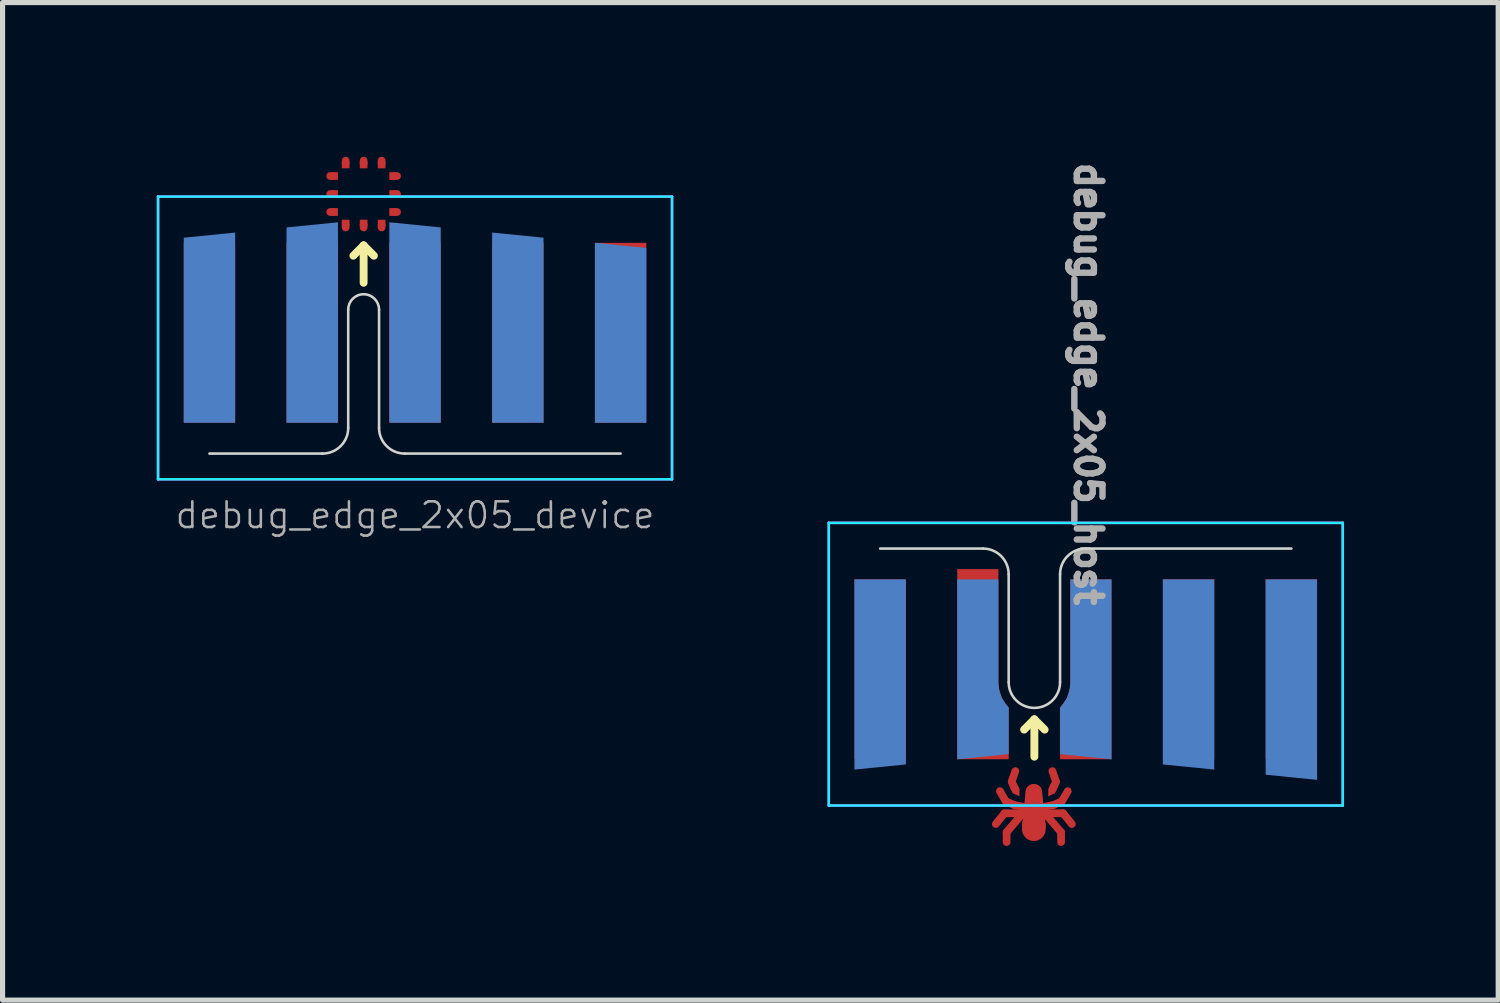
<source format=kicad_pcb>
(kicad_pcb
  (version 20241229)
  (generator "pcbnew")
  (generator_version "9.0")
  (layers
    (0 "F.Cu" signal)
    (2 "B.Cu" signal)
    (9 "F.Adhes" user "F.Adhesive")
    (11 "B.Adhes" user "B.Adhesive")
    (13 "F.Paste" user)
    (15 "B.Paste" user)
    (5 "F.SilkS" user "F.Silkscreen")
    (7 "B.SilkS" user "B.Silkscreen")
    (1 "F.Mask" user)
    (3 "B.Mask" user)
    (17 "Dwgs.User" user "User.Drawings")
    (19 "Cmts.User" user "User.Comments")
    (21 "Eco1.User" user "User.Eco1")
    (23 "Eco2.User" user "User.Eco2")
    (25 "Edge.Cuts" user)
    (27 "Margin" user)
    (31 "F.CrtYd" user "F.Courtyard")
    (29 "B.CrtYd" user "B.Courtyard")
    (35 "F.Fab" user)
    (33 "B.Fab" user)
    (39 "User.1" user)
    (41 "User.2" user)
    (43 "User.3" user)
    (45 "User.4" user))
  (footprint "debug_edge_2x05_host"
    (layer "F.Cu")
    (at 18.075 7.623)
    (property "Reference" "debug_edge_2x05_host" (at 0.05 -3.2 270) (unlocked yes) (layer "F.Fab") (effects (font (size 0.5 0.5) (thickness 0.125))))
    (attr exclude_from_pos_files exclude_from_bom)
    (fp_line (start -1.75 5.36) (end -1.58 5.15) (stroke (width 0.15) (type solid)) (layer "F.Cu"))
    (fp_line (start -1.67 4.72) (end -1.56 4.91) (stroke (width 0.15) (type solid)) (layer "F.Cu"))
    (fp_line (start -1.54 5.71) (end -1.54 5.52) (stroke (width 0.15) (type solid)) (layer "F.Cu"))
    (fp_line (start -1.44 4.54) (end -1.38 4.67) (stroke (width 0.15) (type solid)) (layer "F.Cu"))
    (fp_line (start -1.39 4.99) (end -1.55 4.92) (stroke (width 0.15) (type solid)) (layer "F.Cu"))
    (fp_line (start -1.39 4.99) (end -1.13 5.04) (stroke (width 0.15) (type solid)) (layer "F.Cu"))
    (fp_line (start -1.37 4.33) (end -1.44 4.53) (stroke (width 0.15) (type solid)) (layer "F.Cu"))
    (fp_line (start -1.26 5.19) (end -1.54 5.52) (stroke (width 0.15) (type solid)) (layer "F.Cu"))
    (fp_line (start -1.21 5.15) (end -1.58 5.15) (stroke (width 0.15) (type solid)) (layer "F.Cu"))
    (fp_line (start -1.09 5.4) (end -1.02 4.74) (stroke (width 0.3) (type solid)) (layer "F.Cu"))
    (fp_line (start -1.01 5.46) (end -1.01 5.39) (stroke (width 0.46) (type solid)) (layer "F.Cu"))
    (fp_line (start -1.01 5.51) (end -1.01 4.74) (stroke (width 0.32) (type solid)) (layer "F.Cu"))
    (fp_line (start -0.93 5.4) (end -1 4.74) (stroke (width 0.3) (type solid)) (layer "F.Cu"))
    (fp_line (start -0.81 5.15) (end -0.44 5.15) (stroke (width 0.15) (type solid)) (layer "F.Cu"))
    (fp_line (start -0.76 5.19) (end -0.48 5.52) (stroke (width 0.15) (type solid)) (layer "F.Cu"))
    (fp_line (start -0.65 4.33) (end -0.58 4.53) (stroke (width 0.15) (type solid)) (layer "F.Cu"))
    (fp_line (start -0.63 4.99) (end -0.89 5.04) (stroke (width 0.15) (type solid)) (layer "F.Cu"))
    (fp_line (start -0.63 4.99) (end -0.47 4.92) (stroke (width 0.15) (type solid)) (layer "F.Cu"))
    (fp_line (start -0.58 4.54) (end -0.64 4.67) (stroke (width 0.15) (type solid)) (layer "F.Cu"))
    (fp_line (start -0.48 5.71) (end -0.48 5.52) (stroke (width 0.15) (type solid)) (layer "F.Cu"))
    (fp_line (start -0.35 4.72) (end -0.46 4.91) (stroke (width 0.15) (type solid)) (layer "F.Cu"))
    (fp_line (start -0.27 5.36) (end -0.44 5.15) (stroke (width 0.15) (type solid)) (layer "F.Cu"))
    (fp_poly (pts (xy -1.35 4.56) (xy -1.29 4.68) (xy -1.29 4.82) (xy -1.42 4.76) (xy -1.49 4.61) (xy -1.4 4.64)) (stroke (width 0.001) (type solid)) (fill yes) (layer "F.Cu"))
    (fp_poly (pts (xy -0.67 4.56) (xy -0.73 4.68) (xy -0.73 4.82) (xy -0.6 4.76) (xy -0.53 4.61) (xy -0.62 4.64)) (stroke (width 0.001) (type solid)) (fill yes) (layer "F.Cu"))
    (fp_line (start -1.75 5.36) (end -1.58 5.15) (stroke (width 0.15) (type solid)) (layer "F.Mask"))
    (fp_line (start -1.67 4.72) (end -1.56 4.91) (stroke (width 0.15) (type solid)) (layer "F.Mask"))
    (fp_line (start -1.54 5.71) (end -1.54 5.52) (stroke (width 0.15) (type solid)) (layer "F.Mask"))
    (fp_line (start -1.44 4.54) (end -1.38 4.67) (stroke (width 0.15) (type solid)) (layer "F.Mask"))
    (fp_line (start -1.39 4.99) (end -1.55 4.92) (stroke (width 0.15) (type solid)) (layer "F.Mask"))
    (fp_line (start -1.39 4.99) (end -1.13 5.04) (stroke (width 0.15) (type solid)) (layer "F.Mask"))
    (fp_line (start -1.37 4.33) (end -1.44 4.53) (stroke (width 0.15) (type solid)) (layer "F.Mask"))
    (fp_line (start -1.26 5.19) (end -1.54 5.52) (stroke (width 0.15) (type solid)) (layer "F.Mask"))
    (fp_line (start -1.21 5.15) (end -1.58 5.15) (stroke (width 0.15) (type solid)) (layer "F.Mask"))
    (fp_line (start -1.09 5.4) (end -1.02 4.74) (stroke (width 0.3) (type solid)) (layer "F.Mask"))
    (fp_line (start -1.01 5.46) (end -1.01 5.39) (stroke (width 0.46) (type solid)) (layer "F.Mask"))
    (fp_line (start -1.01 5.51) (end -1.01 4.74) (stroke (width 0.32) (type solid)) (layer "F.Mask"))
    (fp_line (start -0.93 5.4) (end -1 4.74) (stroke (width 0.3) (type solid)) (layer "F.Mask"))
    (fp_line (start -0.81 5.15) (end -0.44 5.15) (stroke (width 0.15) (type solid)) (layer "F.Mask"))
    (fp_line (start -0.76 5.19) (end -0.48 5.52) (stroke (width 0.15) (type solid)) (layer "F.Mask"))
    (fp_line (start -0.65 4.33) (end -0.58 4.53) (stroke (width 0.15) (type solid)) (layer "F.Mask"))
    (fp_line (start -0.63 4.99) (end -0.89 5.04) (stroke (width 0.15) (type solid)) (layer "F.Mask"))
    (fp_line (start -0.63 4.99) (end -0.47 4.92) (stroke (width 0.15) (type solid)) (layer "F.Mask"))
    (fp_line (start -0.58 4.54) (end -0.64 4.67) (stroke (width 0.15) (type solid)) (layer "F.Mask"))
    (fp_line (start -0.48 5.71) (end -0.48 5.52) (stroke (width 0.15) (type solid)) (layer "F.Mask"))
    (fp_line (start -0.35 4.72) (end -0.46 4.91) (stroke (width 0.15) (type solid)) (layer "F.Mask"))
    (fp_line (start -0.27 5.36) (end -0.44 5.15) (stroke (width 0.15) (type solid)) (layer "F.Mask"))
    (fp_poly (pts (xy -1.35 4.56) (xy -1.29 4.68) (xy -1.29 4.82) (xy -1.42 4.76) (xy -1.49 4.61) (xy -1.4 4.64)) (stroke (width 0.001) (type solid)) (fill yes) (layer "F.Mask"))
    (fp_poly (pts (xy -0.67 4.56) (xy -0.73 4.68) (xy -0.73 4.82) (xy -0.6 4.76) (xy -0.53 4.61) (xy -0.62 4.64)) (stroke (width 0.001) (type solid)) (fill yes) (layer "F.Mask"))
    (fp_line (start -1 3.323) (end -1.2 3.523) (stroke (width 0.153) (type solid)) (layer "F.SilkS"))
    (fp_line (start -1 4.05) (end -1 3.323) (stroke (width 0.153) (type solid)) (layer "F.SilkS"))
    (fp_line (start -0.8 3.523) (end -1 3.323) (stroke (width 0.153) (type solid)) (layer "F.SilkS"))
    (fp_line (start -4 0) (end -2 0) (stroke (width 0.05) (type solid)) (layer "Edge.Cuts"))
    (fp_line (start -1.5 0.5) (end -1.5 2.6) (stroke (width 0.05) (type solid)) (layer "Edge.Cuts"))
    (fp_line (start -0.5 2.6) (end -0.5 0.5) (stroke (width 0.05) (type solid)) (layer "Edge.Cuts"))
    (fp_line (start 0 0) (end 4 0) (stroke (width 0.05) (type solid)) (layer "Edge.Cuts"))
    (fp_arc (start -2 0) (mid -1.646447 0.146447) (end -1.5 0.5) (stroke (width 0.05) (type solid)) (layer "Edge.Cuts"))
    (fp_arc (start -0.5 0.5) (mid -0.353553 0.146447) (end 0 0) (stroke (width 0.05) (type solid)) (layer "Edge.Cuts"))
    (fp_arc (start -0.5 2.6) (mid -1 3.1) (end -1.5 2.6) (stroke (width 0.05) (type solid)) (layer "Edge.Cuts"))
    (fp_line (start -5 -0.5) (end 5 -0.5) (stroke (width 0.05) (type solid)) (layer "B.CrtYd"))
    (fp_line (start -5 5) (end -5 -0.5) (stroke (width 0.05) (type solid)) (layer "B.CrtYd"))
    (fp_line (start 5 -0.5) (end 5 5) (stroke (width 0.05) (type solid)) (layer "B.CrtYd"))
    (fp_line (start 5 5) (end -5 5) (stroke (width 0.05) (type solid)) (layer "B.CrtYd"))
    (fp_line (start -5 -0.5) (end -5 5) (stroke (width 0.05) (type solid)) (layer "F.CrtYd"))
    (fp_line (start -5 5) (end 5 5) (stroke (width 0.05) (type solid)) (layer "F.CrtYd"))
    (fp_line (start 5 -0.5) (end -5 -0.5) (stroke (width 0.05) (type solid)) (layer "F.CrtYd"))
    (fp_line (start 5 5) (end 5 -0.5) (stroke (width 0.05) (type solid)) (layer "F.CrtYd"))
    (pad "1" smd custom (at -2 3.6) (size 1 1) (layers "F.Cu" "F.Mask") (options (anchor rect)) (primitives (gr_poly (pts (xy 0.3 -0.99) (xy 0.31 -0.88) (xy 0.33 -0.8) (xy 0.35 -0.74) (xy 0.37 -0.69) (xy 0.4 -0.64) (xy 0.44 -0.58) (xy 0.48 -0.53) (xy 0.5 -0.51) (xy 0.5 0.5) (xy -0.5 0.5) (xy -0.5 -3.2) (xy 0.3 -3.2)) (width 0) (fill yes))))
    (pad "2" smd custom (at 0 3.6) (size 1 1) (layers "F.Cu" "F.Mask") (options (anchor rect)) (primitives (gr_poly (pts (xy -0.3 -0.99) (xy -0.31 -0.88) (xy -0.33 -0.8) (xy -0.35 -0.74) (xy -0.37 -0.69) (xy -0.4 -0.64) (xy -0.44 -0.58) (xy -0.48 -0.53) (xy -0.5 -0.51) (xy -0.5 0.5) (xy 0.5 0.5) (xy 0.5 -3) (xy -0.3 -3)) (width 0) (fill yes))))
    (pad "3" smd custom (at -2 2.1 180) (size 0.4 0.4) (layers "B.Cu" "B.Mask") (options (anchor rect)) (primitives (gr_poly (pts (xy -0.3 -0.51) (xy -0.31 -0.62) (xy -0.33 -0.7) (xy -0.35 -0.76) (xy -0.37 -0.81) (xy -0.4 -0.86) (xy -0.44 -0.92) (xy -0.48 -0.97) (xy -0.5 -0.99) (xy -0.5 -1.9) (xy 0.5 -2) (xy 0.5 1.5) (xy -0.3 1.5)) (width 0) (fill yes))))
    (pad "4" smd custom (at 0 2.1 180) (size 0.4 0.4) (layers "B.Cu" "B.Mask") (options (anchor rect)) (primitives (gr_poly (pts (xy 0.3 -0.51) (xy 0.31 -0.62) (xy 0.33 -0.7) (xy 0.35 -0.76) (xy 0.37 -0.81) (xy 0.4 -0.86) (xy 0.44 -0.92) (xy 0.48 -0.97) (xy 0.5 -0.99) (xy 0.5 -1.9) (xy -0.5 -2) (xy -0.5 1.5) (xy 0.3 1.5)) (width 0) (fill yes))))
    (pad "5" smd rect (at 2 2.35) (size 1 3.5) (layers "F.Cu" "F.Mask"))
    (pad "6" smd custom (at 2 2.4 180) (size 1 3.6) (layers "B.Cu" "B.Mask") (options (anchor rect)) (primitives (gr_poly (pts (xy 0.5 -1.8) (xy -0.5 -1.9) (xy -0.5 -1.8)) (width 0) (fill yes))))
    (pad "7" smd rect (at -4 2.35) (size 1 3.5) (layers "F.Cu" "F.Mask"))
    (pad "8" smd custom (at -4 2.4 180) (size 1 3.6) (layers "B.Cu" "B.Mask") (options (anchor rect)) (primitives (gr_poly (pts (xy 0.5 -1.8) (xy 0.5 -1.9) (xy -0.5 -1.8)) (width 0) (fill yes))))
    (pad "9" smd rect (at 4 2.35) (size 1 3.5) (layers "F.Cu" "F.Mask"))
    (pad "10" smd custom (at 4 2.5 180) (size 1 3.8) (layers "B.Cu" "B.Mask") (options (anchor rect)) (primitives (gr_poly (pts (xy 0.5 -1.9) (xy -0.5 -2) (xy -0.5 -1.9)) (width 0) (fill yes)))))
  (footprint "debug_edge_2x05_device"
    (layer "F.Cu")
    (at 5.025 5.775)
    (property "Reference" "debug_edge_2x05_device" (at 0 1.2 0) (unlocked yes) (layer "F.Fab") (effects (font (size 0.5 0.5) (thickness 0.05))))
    (attr exclude_from_pos_files exclude_from_bom)
    (fp_line (start -1.6 -5.4) (end -1.65 -5.4) (stroke (width 0.15) (type solid)) (layer "F.Cu"))
    (fp_line (start -1.6 -5.05) (end -1.65 -5.05) (stroke (width 0.15) (type solid)) (layer "F.Cu"))
    (fp_line (start -1.6 -4.7) (end -1.65 -4.7) (stroke (width 0.15) (type solid)) (layer "F.Cu"))
    (fp_line (start -1.35 -5.65) (end -1.35 -5.7) (stroke (width 0.15) (type solid)) (layer "F.Cu"))
    (fp_line (start -1.35 -4.45) (end -1.35 -4.4) (stroke (width 0.15) (type solid)) (layer "F.Cu"))
    (fp_line (start -1 -5.65) (end -1 -5.7) (stroke (width 0.15) (type solid)) (layer "F.Cu"))
    (fp_line (start -1 -4.45) (end -1 -4.4) (stroke (width 0.15) (type solid)) (layer "F.Cu"))
    (fp_line (start -0.65 -5.65) (end -0.65 -5.7) (stroke (width 0.15) (type solid)) (layer "F.Cu"))
    (fp_line (start -0.65 -4.45) (end -0.65 -4.4) (stroke (width 0.15) (type solid)) (layer "F.Cu"))
    (fp_line (start -0.4 -5.4) (end -0.35 -5.4) (stroke (width 0.15) (type solid)) (layer "F.Cu"))
    (fp_line (start -0.4 -5.05) (end -0.35 -5.05) (stroke (width 0.15) (type solid)) (layer "F.Cu"))
    (fp_line (start -0.4 -4.7) (end -0.35 -4.7) (stroke (width 0.15) (type solid)) (layer "F.Cu"))
    (fp_poly (pts (xy -1.5 -5.475) (xy -1.5 -5.325) (xy -1.625 -5.325) (xy -1.625 -5.475)) (stroke (width 0) (type solid)) (fill yes) (layer "F.Cu"))
    (fp_poly (pts (xy -1.5 -5.125) (xy -1.5 -4.975) (xy -1.625 -4.975) (xy -1.625 -5.125)) (stroke (width 0) (type solid)) (fill yes) (layer "F.Cu"))
    (fp_poly (pts (xy -1.5 -4.775) (xy -1.5 -4.625) (xy -1.625 -4.625) (xy -1.625 -4.775)) (stroke (width 0) (type solid)) (fill yes) (layer "F.Cu"))
    (fp_poly (pts (xy -1.425 -4.55) (xy -1.275 -4.55) (xy -1.275 -4.425) (xy -1.425 -4.425)) (stroke (width 0) (type solid)) (fill yes) (layer "F.Cu"))
    (fp_poly (pts (xy -1.275 -5.55) (xy -1.425 -5.55) (xy -1.425 -5.675) (xy -1.275 -5.675)) (stroke (width 0) (type solid)) (fill yes) (layer "F.Cu"))
    (fp_poly (pts (xy -1.075 -4.55) (xy -0.925 -4.55) (xy -0.925 -4.425) (xy -1.075 -4.425)) (stroke (width 0) (type solid)) (fill yes) (layer "F.Cu"))
    (fp_poly (pts (xy -0.925 -5.55) (xy -1.075 -5.55) (xy -1.075 -5.675) (xy -0.925 -5.675)) (stroke (width 0) (type solid)) (fill yes) (layer "F.Cu"))
    (fp_poly (pts (xy -0.725 -4.55) (xy -0.575 -4.55) (xy -0.575 -4.425) (xy -0.725 -4.425)) (stroke (width 0) (type solid)) (fill yes) (layer "F.Cu"))
    (fp_poly (pts (xy -0.575 -5.55) (xy -0.725 -5.55) (xy -0.725 -5.675) (xy -0.575 -5.675)) (stroke (width 0) (type solid)) (fill yes) (layer "F.Cu"))
    (fp_poly (pts (xy -0.5 -5.325) (xy -0.5 -5.475) (xy -0.375 -5.475) (xy -0.375 -5.325)) (stroke (width 0) (type solid)) (fill yes) (layer "F.Cu"))
    (fp_poly (pts (xy -0.5 -4.975) (xy -0.5 -5.125) (xy -0.375 -5.125) (xy -0.375 -4.975)) (stroke (width 0) (type solid)) (fill yes) (layer "F.Cu"))
    (fp_poly (pts (xy -0.5 -4.625) (xy -0.5 -4.775) (xy -0.375 -4.775) (xy -0.375 -4.625)) (stroke (width 0) (type solid)) (fill yes) (layer "F.Cu"))
    (fp_line (start -1.5 -5.4) (end -1.65 -5.4) (stroke (width 0.15) (type solid)) (layer "F.Mask"))
    (fp_line (start -1.5 -5.05) (end -1.65 -5.05) (stroke (width 0.15) (type solid)) (layer "F.Mask"))
    (fp_line (start -1.5 -4.7) (end -1.65 -4.7) (stroke (width 0.15) (type solid)) (layer "F.Mask"))
    (fp_line (start -1.35 -5.55) (end -1.35 -5.7) (stroke (width 0.15) (type solid)) (layer "F.Mask"))
    (fp_line (start -1.35 -4.55) (end -1.35 -4.4) (stroke (width 0.15) (type solid)) (layer "F.Mask"))
    (fp_line (start -1 -5.55) (end -1 -5.7) (stroke (width 0.15) (type solid)) (layer "F.Mask"))
    (fp_line (start -1 -4.55) (end -1 -4.4) (stroke (width 0.15) (type solid)) (layer "F.Mask"))
    (fp_line (start -0.65 -5.55) (end -0.65 -5.7) (stroke (width 0.15) (type solid)) (layer "F.Mask"))
    (fp_line (start -0.65 -4.55) (end -0.65 -4.4) (stroke (width 0.15) (type solid)) (layer "F.Mask"))
    (fp_line (start -0.5 -5.4) (end -0.35 -5.4) (stroke (width 0.15) (type solid)) (layer "F.Mask"))
    (fp_line (start -0.5 -5.05) (end -0.35 -5.05) (stroke (width 0.15) (type solid)) (layer "F.Mask"))
    (fp_line (start -0.5 -4.7) (end -0.35 -4.7) (stroke (width 0.15) (type solid)) (layer "F.Mask"))
    (fp_poly (pts (xy -0.55 -4.6) (xy -1.45 -4.6) (xy -1.45 -5.5) (xy -0.55 -5.5)) (stroke (width 0.1) (type solid)) (fill yes) (layer "F.Mask"))
    (fp_line (start -1.2 -3.85) (end -1 -4.05) (stroke (width 0.153) (type solid)) (layer "F.SilkS"))
    (fp_line (start -1 -4.05) (end -1 -3.323) (stroke (width 0.153) (type solid)) (layer "F.SilkS"))
    (fp_line (start -1 -4.05) (end -0.8 -3.85) (stroke (width 0.153) (type solid)) (layer "F.SilkS"))
    (fp_line (start -4 0) (end -1.8 0) (stroke (width 0.05) (type solid)) (layer "Edge.Cuts"))
    (fp_line (start -1.3 -2.8) (end -1.3 -0.5) (stroke (width 0.05) (type solid)) (layer "Edge.Cuts"))
    (fp_line (start -0.7 -0.5) (end -0.7 -2.8) (stroke (width 0.05) (type solid)) (layer "Edge.Cuts"))
    (fp_line (start -0.2 0) (end 4 0) (stroke (width 0.05) (type solid)) (layer "Edge.Cuts"))
    (fp_arc (start -1.3 -2.8) (mid -1 -3.1) (end -0.7 -2.8) (stroke (width 0.05) (type solid)) (layer "Edge.Cuts"))
    (fp_arc (start -1.3 -0.5) (mid -1.446447 -0.146447) (end -1.8 0) (stroke (width 0.05) (type solid)) (layer "Edge.Cuts"))
    (fp_arc (start -0.2 0) (mid -0.553553 -0.146447) (end -0.7 -0.5) (stroke (width 0.05) (type solid)) (layer "Edge.Cuts"))
    (fp_line (start -5 -5) (end -5 0.5) (stroke (width 0.05) (type solid)) (layer "B.CrtYd"))
    (fp_line (start -5 0.5) (end 5 0.5) (stroke (width 0.05) (type solid)) (layer "B.CrtYd"))
    (fp_line (start 5 -5) (end -5 -5) (stroke (width 0.05) (type solid)) (layer "B.CrtYd"))
    (fp_line (start 5 0.5) (end 5 -5) (stroke (width 0.05) (type solid)) (layer "B.CrtYd"))
    (fp_line (start -5 -5) (end 5 -5) (stroke (width 0.05) (type solid)) (layer "F.CrtYd"))
    (fp_line (start -5 0.5) (end -5 -5) (stroke (width 0.05) (type solid)) (layer "F.CrtYd"))
    (fp_line (start 5 -5) (end 5 0.5) (stroke (width 0.05) (type solid)) (layer "F.CrtYd"))
    (fp_line (start 5 0.5) (end -5 0.5) (stroke (width 0.05) (type solid)) (layer "F.CrtYd"))
    (pad "1" smd rect (at -2 -2.35) (size 1 3.5) (layers "F.Cu" "F.Mask"))
    (pad "2" smd rect (at 0 -2.35) (size 1 3.5) (layers "F.Cu" "F.Mask"))
    (pad "3" smd custom (at -2 -2.1) (size 1 3) (layers "B.Cu" "B.Mask") (options (anchor rect)) (primitives (gr_poly (pts (xy 0.3 -0.51) (xy 0.31 -0.62) (xy 0.33 -0.7) (xy 0.35 -0.76) (xy 0.37 -0.81) (xy 0.4 -0.86) (xy 0.44 -0.92) (xy 0.48 -0.97) (xy 0.5 -0.99) (xy 0.5 -2.4) (xy -0.5 -2.3) (xy -0.5 1.5) (xy 0.3 1.5)) (width 0) (fill yes))))
    (pad "4" smd custom (at 0 -2.1) (size 1 3) (layers "B.Cu" "B.Mask") (options (anchor rect)) (primitives (gr_poly (pts (xy -0.3 -0.51) (xy -0.31 -0.62) (xy -0.33 -0.7) (xy -0.35 -0.76) (xy -0.37 -0.81) (xy -0.4 -0.86) (xy -0.44 -0.92) (xy -0.48 -0.97) (xy -0.5 -0.99) (xy -0.5 -2.4) (xy 0.5 -2.3) (xy 0.5 1.5) (xy -0.3 1.5)) (width 0) (fill yes))))
    (pad "5" smd rect (at 2 -2.35 180) (size 1 3.5) (layers "F.Cu" "F.Mask"))
    (pad "6" smd custom (at 2 -2.4) (size 1 3.6) (layers "B.Cu" "B.Mask") (options (anchor rect)) (primitives (gr_poly (pts (xy -0.5 -1.8) (xy -0.5 -1.9) (xy 0.5 -1.8)) (width 0) (fill yes))))
    (pad "7" smd rect (at -4 -2.35 180) (size 1 3.5) (layers "F.Cu" "F.Mask"))
    (pad "8" smd custom (at -4 -2.4) (size 1 3.6) (layers "B.Cu" "B.Mask") (options (anchor rect)) (primitives (gr_poly (pts (xy 0.5 -1.8) (xy 0.5 -1.9) (xy -0.5 -1.8)) (width 0) (fill yes))))
    (pad "9" smd rect (at 4 -2.35 180) (size 1 3.5) (layers "F.Cu" "F.Mask"))
    (pad "10" smd custom (at 4 -2.3) (size 1 3.4) (layers "B.Cu" "B.Mask") (options (anchor rect)) (primitives (gr_poly (pts (xy -0.5 -1.7) (xy -0.5 -1.8) (xy 0.5 -1.7)) (width 0) (fill yes)))))
  (gr_rect
    (start -3 -3)
    (end 26.1 16.408)
    (stroke (width 0.1) (type default))
    (fill no)
    (layer "Edge.Cuts")))
</source>
